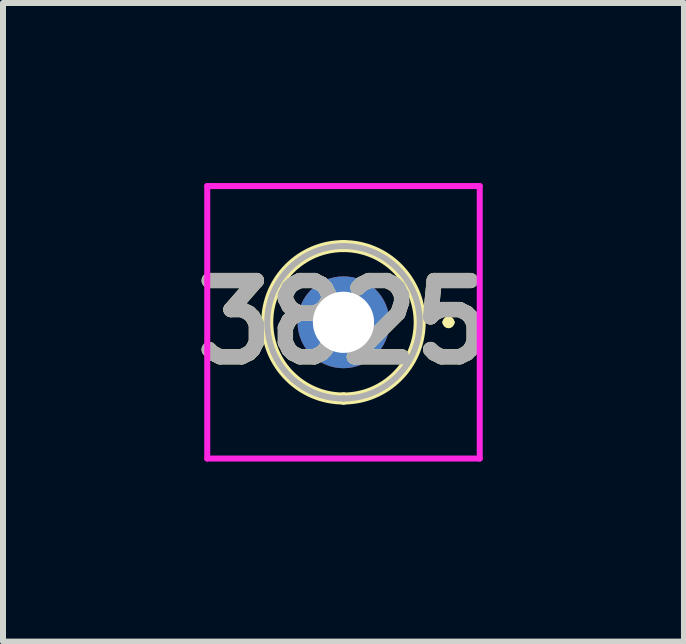
<source format=kicad_pcb>
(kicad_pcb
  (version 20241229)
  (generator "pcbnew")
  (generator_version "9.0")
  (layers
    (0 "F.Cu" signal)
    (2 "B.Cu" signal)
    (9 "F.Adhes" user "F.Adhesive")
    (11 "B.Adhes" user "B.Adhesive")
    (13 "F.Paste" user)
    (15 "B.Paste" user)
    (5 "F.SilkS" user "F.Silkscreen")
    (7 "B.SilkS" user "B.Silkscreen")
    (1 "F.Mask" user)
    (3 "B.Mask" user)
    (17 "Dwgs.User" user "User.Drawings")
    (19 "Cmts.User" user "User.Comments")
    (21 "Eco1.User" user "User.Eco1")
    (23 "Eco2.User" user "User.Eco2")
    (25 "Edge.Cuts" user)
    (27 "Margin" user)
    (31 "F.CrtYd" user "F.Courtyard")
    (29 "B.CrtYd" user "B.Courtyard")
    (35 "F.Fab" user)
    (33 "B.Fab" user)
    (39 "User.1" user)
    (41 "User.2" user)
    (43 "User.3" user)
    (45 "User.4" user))
  (footprint "3825"
    (layer "F.Cu")
    (at 2.673 2.32)
    (property "Reference" "3825" (at 0 0 0) (layer "F.SilkS") (effects (font (size 1.27 1.27) (thickness 0.254))))
    (attr through_hole)
    (fp_line (start 0 -1.27) (end 0 -1.27) (stroke (width 0.2) (type solid)) (layer "F.SilkS"))
    (fp_line (start 0 1.27) (end 0 1.27) (stroke (width 0.2) (type solid)) (layer "F.SilkS"))
    (fp_line (start 1.7 0) (end 1.7 0) (stroke (width 0.1) (type solid)) (layer "F.SilkS"))
    (fp_line (start 1.8 0) (end 1.8 0) (stroke (width 0.1) (type solid)) (layer "F.SilkS"))
    (fp_arc (start 0 -1.27) (mid 1.27 0) (end 0 1.27) (stroke (width 0.2) (type solid)) (layer "F.SilkS"))
    (fp_arc (start 0 1.27) (mid -1.27 0) (end 0 -1.27) (stroke (width 0.2) (type solid)) (layer "F.SilkS"))
    (fp_arc (start 1.7 0) (mid 1.75 -0.05) (end 1.8 0) (stroke (width 0.1) (type solid)) (layer "F.SilkS"))
    (fp_arc (start 1.8 0) (mid 1.75 0.05) (end 1.7 0) (stroke (width 0.1) (type solid)) (layer "F.SilkS"))
    (fp_line (start -2.27 -2.27) (end 2.27 -2.27) (stroke (width 0.1) (type solid)) (layer "F.CrtYd"))
    (fp_line (start -2.27 2.27) (end -2.27 -2.27) (stroke (width 0.1) (type solid)) (layer "F.CrtYd"))
    (fp_line (start 2.27 -2.27) (end 2.27 2.27) (stroke (width 0.1) (type solid)) (layer "F.CrtYd"))
    (fp_line (start 2.27 2.27) (end -2.27 2.27) (stroke (width 0.1) (type solid)) (layer "F.CrtYd"))
    (fp_line (start 0 -1.27) (end 0 -1.27) (stroke (width 0.1) (type solid)) (layer "F.Fab"))
    (fp_line (start 0 1.27) (end 0 1.27) (stroke (width 0.1) (type solid)) (layer "F.Fab"))
    (fp_arc (start 0 -1.27) (mid 1.27 0) (end 0 1.27) (stroke (width 0.1) (type solid)) (layer "F.Fab"))
    (fp_arc (start 0 1.27) (mid -1.27 0) (end 0 -1.27) (stroke (width 0.1) (type solid)) (layer "F.Fab"))
    (fp_text user "${REFERENCE}" (at 0 0 0) (layer "F.Fab") (effects (font (size 1.27 1.27) (thickness 0.254))))
    (pad "1" thru_hole circle (at 0 0) (size 1.53 1.53) (drill 1.02) (layers "*.Cu" "*.Mask")))
  (gr_rect
    (start -3 -3)
    (end 8.346 7.64)
    (stroke (width 0.1) (type default))
    (fill no)
    (layer "Edge.Cuts")))
</source>
